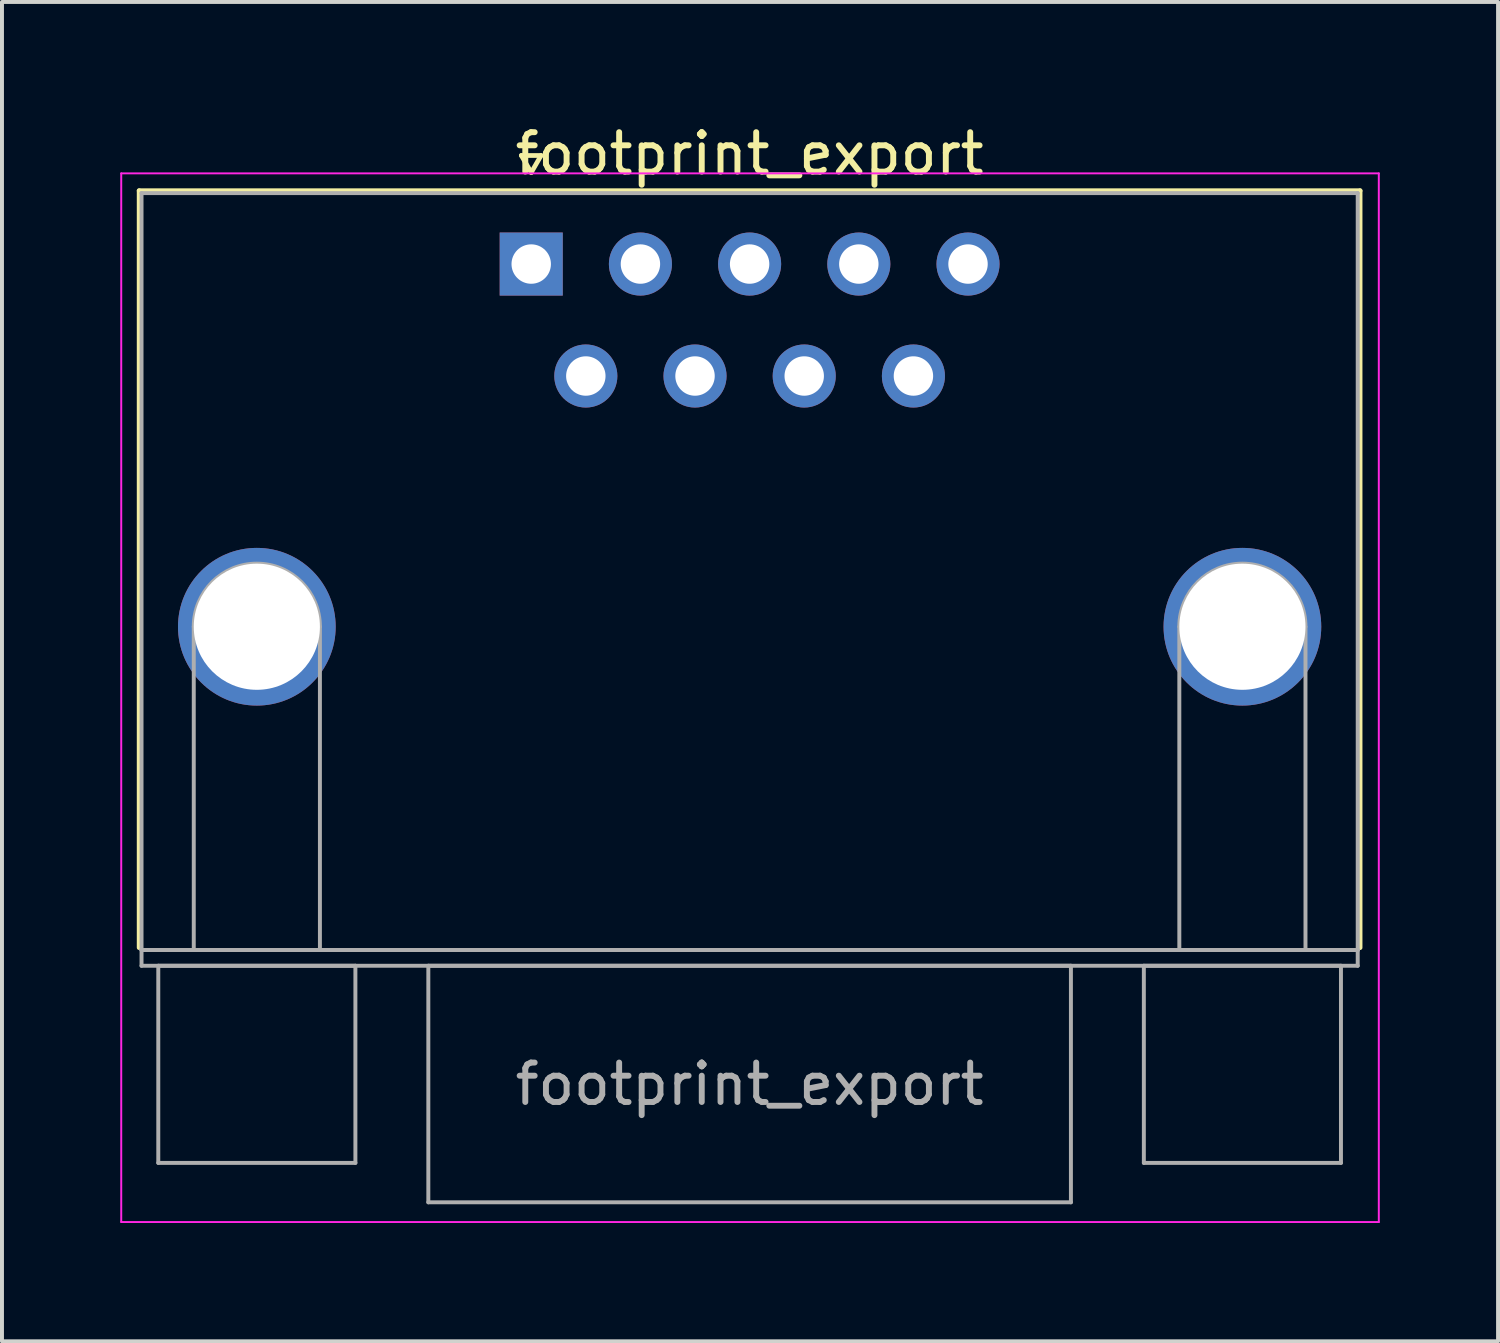
<source format=kicad_pcb>
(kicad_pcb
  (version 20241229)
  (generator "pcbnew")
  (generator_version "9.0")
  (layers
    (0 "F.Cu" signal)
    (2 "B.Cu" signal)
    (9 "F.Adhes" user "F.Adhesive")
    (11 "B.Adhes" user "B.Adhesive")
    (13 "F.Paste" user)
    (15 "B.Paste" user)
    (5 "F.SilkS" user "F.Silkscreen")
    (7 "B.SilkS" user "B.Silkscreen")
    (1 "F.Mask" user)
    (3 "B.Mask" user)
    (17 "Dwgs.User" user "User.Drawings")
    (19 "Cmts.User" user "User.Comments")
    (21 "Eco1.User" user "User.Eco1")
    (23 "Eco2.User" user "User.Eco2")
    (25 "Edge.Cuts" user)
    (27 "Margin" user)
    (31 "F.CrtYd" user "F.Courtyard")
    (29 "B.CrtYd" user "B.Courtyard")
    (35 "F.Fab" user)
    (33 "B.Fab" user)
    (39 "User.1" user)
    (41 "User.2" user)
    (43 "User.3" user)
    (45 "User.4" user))
  (footprint "footprint_export"
    (layer "F.Cu")
    (at 10.425 3.648)
    (property "Reference" "footprint_export" (at 5.54 -2.8 0) (layer "F.SilkS") (effects (font (size 1 1) (thickness 0.15))))
    (attr through_hole)
    (fp_line (start -9.945 -1.86) (end 21.025 -1.86) (stroke (width 0.12) (type solid)) (layer "F.SilkS"))
    (fp_line (start -9.945 17.34) (end -9.945 -1.86) (stroke (width 0.12) (type solid)) (layer "F.SilkS"))
    (fp_line (start -0.25 -2.754) (end 0.25 -2.754) (stroke (width 0.12) (type solid)) (layer "F.SilkS"))
    (fp_line (start 0 -2.321) (end -0.25 -2.754) (stroke (width 0.12) (type solid)) (layer "F.SilkS"))
    (fp_line (start 0.25 -2.754) (end 0 -2.321) (stroke (width 0.12) (type solid)) (layer "F.SilkS"))
    (fp_line (start 21.025 -1.86) (end 21.025 17.34) (stroke (width 0.12) (type solid)) (layer "F.SilkS"))
    (fp_line (start -10.4 -2.3) (end -10.4 24.3) (stroke (width 0.05) (type solid)) (layer "F.CrtYd"))
    (fp_line (start -10.4 24.3) (end 21.5 24.3) (stroke (width 0.05) (type solid)) (layer "F.CrtYd"))
    (fp_line (start 21.5 -2.3) (end -10.4 -2.3) (stroke (width 0.05) (type solid)) (layer "F.CrtYd"))
    (fp_line (start 21.5 24.3) (end 21.5 -2.3) (stroke (width 0.05) (type solid)) (layer "F.CrtYd"))
    (fp_line (start -9.885 -1.8) (end -9.885 17.4) (stroke (width 0.1) (type solid)) (layer "F.Fab"))
    (fp_line (start -9.885 17.4) (end -9.885 17.8) (stroke (width 0.1) (type solid)) (layer "F.Fab"))
    (fp_line (start -9.885 17.4) (end 20.965 17.4) (stroke (width 0.1) (type solid)) (layer "F.Fab"))
    (fp_line (start -9.885 17.8) (end 20.965 17.8) (stroke (width 0.1) (type solid)) (layer "F.Fab"))
    (fp_line (start -9.46 17.8) (end -9.46 22.8) (stroke (width 0.1) (type solid)) (layer "F.Fab"))
    (fp_line (start -9.46 22.8) (end -4.46 22.8) (stroke (width 0.1) (type solid)) (layer "F.Fab"))
    (fp_line (start -8.56 17.4) (end -8.56 9.2) (stroke (width 0.1) (type solid)) (layer "F.Fab"))
    (fp_line (start -5.36 17.4) (end -5.36 9.2) (stroke (width 0.1) (type solid)) (layer "F.Fab"))
    (fp_line (start -4.46 17.8) (end -9.46 17.8) (stroke (width 0.1) (type solid)) (layer "F.Fab"))
    (fp_line (start -4.46 22.8) (end -4.46 17.8) (stroke (width 0.1) (type solid)) (layer "F.Fab"))
    (fp_line (start -2.61 17.8) (end -2.61 23.8) (stroke (width 0.1) (type solid)) (layer "F.Fab"))
    (fp_line (start -2.61 23.8) (end 13.69 23.8) (stroke (width 0.1) (type solid)) (layer "F.Fab"))
    (fp_line (start 13.69 17.8) (end -2.61 17.8) (stroke (width 0.1) (type solid)) (layer "F.Fab"))
    (fp_line (start 13.69 23.8) (end 13.69 17.8) (stroke (width 0.1) (type solid)) (layer "F.Fab"))
    (fp_line (start 15.54 17.8) (end 15.54 22.8) (stroke (width 0.1) (type solid)) (layer "F.Fab"))
    (fp_line (start 15.54 22.8) (end 20.54 22.8) (stroke (width 0.1) (type solid)) (layer "F.Fab"))
    (fp_line (start 16.44 17.4) (end 16.44 9.2) (stroke (width 0.1) (type solid)) (layer "F.Fab"))
    (fp_line (start 19.64 17.4) (end 19.64 9.2) (stroke (width 0.1) (type solid)) (layer "F.Fab"))
    (fp_line (start 20.54 17.8) (end 15.54 17.8) (stroke (width 0.1) (type solid)) (layer "F.Fab"))
    (fp_line (start 20.54 22.8) (end 20.54 17.8) (stroke (width 0.1) (type solid)) (layer "F.Fab"))
    (fp_line (start 20.965 -1.8) (end -9.885 -1.8) (stroke (width 0.1) (type solid)) (layer "F.Fab"))
    (fp_line (start 20.965 17.4) (end -9.885 17.4) (stroke (width 0.1) (type solid)) (layer "F.Fab"))
    (fp_line (start 20.965 17.4) (end 20.965 -1.8) (stroke (width 0.1) (type solid)) (layer "F.Fab"))
    (fp_line (start 20.965 17.8) (end 20.965 17.4) (stroke (width 0.1) (type solid)) (layer "F.Fab"))
    (fp_arc (start -8.56 9.2) (mid -6.96 7.6) (end -5.36 9.2) (stroke (width 0.1) (type solid)) (layer "F.Fab"))
    (fp_arc (start 16.44 9.2) (mid 18.04 7.6) (end 19.64 9.2) (stroke (width 0.1) (type solid)) (layer "F.Fab"))
    (fp_text user "${REFERENCE}" (at 5.54 20.8 0) (layer "F.Fab") (effects (font (size 1 1) (thickness 0.15))))
    (pad "0" thru_hole circle (at -6.96 9.2) (size 4 4) (drill 3.2) (layers "*.Cu" "*.Mask"))
    (pad "0" thru_hole circle (at 18.04 9.2) (size 4 4) (drill 3.2) (layers "*.Cu" "*.Mask"))
    (pad "1" thru_hole rect (at 0 0) (size 1.6 1.6) (drill 1) (layers "*.Cu" "*.Mask"))
    (pad "2" thru_hole circle (at 2.77 0) (size 1.6 1.6) (drill 1) (layers "*.Cu" "*.Mask"))
    (pad "3" thru_hole circle (at 5.54 0) (size 1.6 1.6) (drill 1) (layers "*.Cu" "*.Mask"))
    (pad "4" thru_hole circle (at 8.31 0) (size 1.6 1.6) (drill 1) (layers "*.Cu" "*.Mask"))
    (pad "5" thru_hole circle (at 11.08 0) (size 1.6 1.6) (drill 1) (layers "*.Cu" "*.Mask"))
    (pad "6" thru_hole circle (at 1.385 2.84) (size 1.6 1.6) (drill 1) (layers "*.Cu" "*.Mask"))
    (pad "7" thru_hole circle (at 4.155 2.84) (size 1.6 1.6) (drill 1) (layers "*.Cu" "*.Mask"))
    (pad "8" thru_hole circle (at 6.925 2.84) (size 1.6 1.6) (drill 1) (layers "*.Cu" "*.Mask"))
    (pad "9" thru_hole circle (at 9.695 2.84) (size 1.6 1.6) (drill 1) (layers "*.Cu" "*.Mask")))
  (gr_rect
    (start -3 -3)
    (end 34.95 30.973)
    (stroke (width 0.1) (type default))
    (fill no)
    (layer "Edge.Cuts")))
</source>
